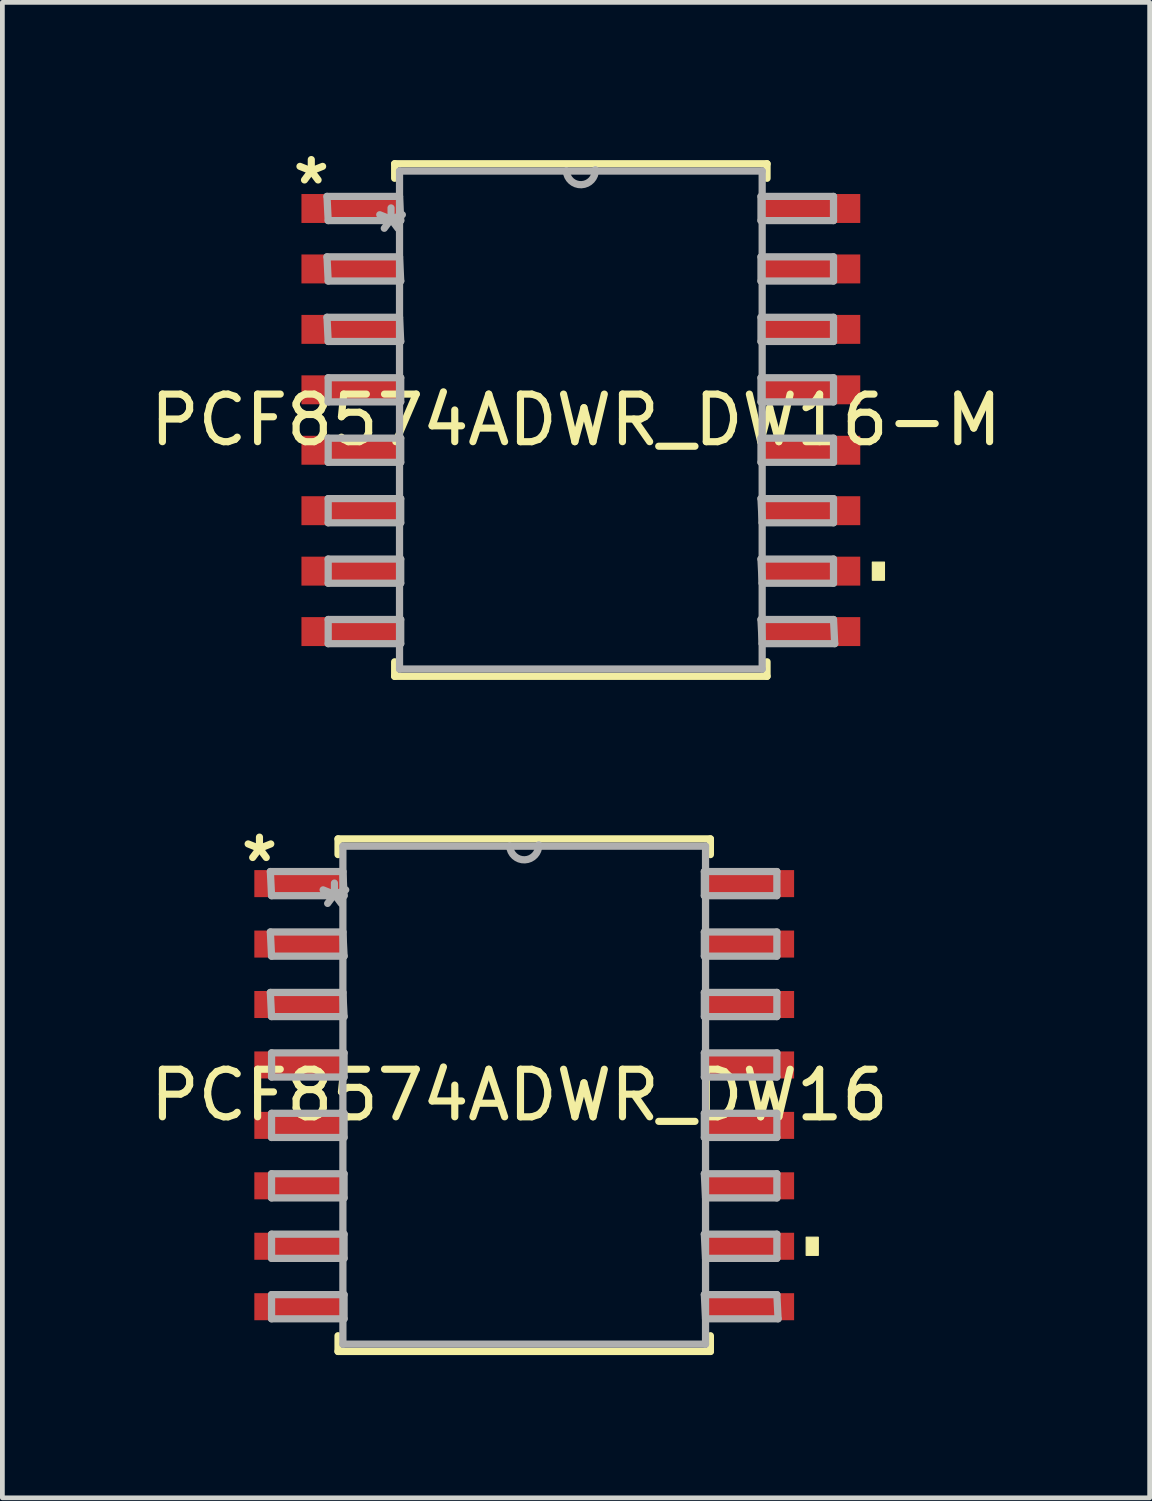
<source format=kicad_pcb>
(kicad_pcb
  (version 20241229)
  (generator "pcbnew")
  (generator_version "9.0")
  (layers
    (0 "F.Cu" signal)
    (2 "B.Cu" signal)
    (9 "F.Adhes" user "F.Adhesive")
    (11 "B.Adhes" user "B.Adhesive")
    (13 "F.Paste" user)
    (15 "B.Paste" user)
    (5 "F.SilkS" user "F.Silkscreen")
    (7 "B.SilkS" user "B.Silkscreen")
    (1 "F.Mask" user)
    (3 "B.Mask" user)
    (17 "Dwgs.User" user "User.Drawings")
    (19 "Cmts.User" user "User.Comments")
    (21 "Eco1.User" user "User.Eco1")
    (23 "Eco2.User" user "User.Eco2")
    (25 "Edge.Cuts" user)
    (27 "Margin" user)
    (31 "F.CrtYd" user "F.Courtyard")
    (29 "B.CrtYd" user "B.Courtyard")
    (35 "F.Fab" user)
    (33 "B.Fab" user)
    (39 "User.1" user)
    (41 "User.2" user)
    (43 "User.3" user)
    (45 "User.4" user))
  (footprint "PCF8574ADWR_DW16-M"
    (layer "F.Cu")
    (at 9.155 5.776)
    (property "Reference" "PCF8574ADWR_DW16-M" (at -0.102 0 0) (layer "F.SilkS") (effects (font (size 1 1) (thickness 0.15))))
    (attr through_hole)
    (fp_line (start -3.912 -5.385) (end -3.912 -5.08) (stroke (width 0.152) (type solid)) (layer "F.SilkS"))
    (fp_line (start -3.912 5.08) (end -3.912 5.385) (stroke (width 0.152) (type solid)) (layer "F.SilkS"))
    (fp_line (start -3.912 5.385) (end 3.912 5.385) (stroke (width 0.152) (type solid)) (layer "F.SilkS"))
    (fp_line (start 3.912 -5.385) (end -3.912 -5.385) (stroke (width 0.152) (type solid)) (layer "F.SilkS"))
    (fp_line (start 3.912 -5.08) (end 3.912 -5.385) (stroke (width 0.152) (type solid)) (layer "F.SilkS"))
    (fp_line (start 3.912 5.385) (end 3.912 5.08) (stroke (width 0.152) (type solid)) (layer "F.SilkS"))
    (fp_poly (pts (xy 6.379 2.985) (xy 6.379 3.365) (xy 6.125 3.365) (xy 6.125 2.985)) (stroke (width 0.025) (type solid)) (fill yes) (layer "F.SilkS"))
    (fp_line (start -5.334 -4.699) (end -5.309 -4.191) (stroke (width 0.152) (type solid)) (layer "F.Fab"))
    (fp_line (start -5.334 -3.429) (end -5.309 -2.921) (stroke (width 0.152) (type solid)) (layer "F.Fab"))
    (fp_line (start -5.334 -2.159) (end -5.309 -1.651) (stroke (width 0.152) (type solid)) (layer "F.Fab"))
    (fp_line (start -5.309 -4.191) (end -3.785 -4.191) (stroke (width 0.152) (type solid)) (layer "F.Fab"))
    (fp_line (start -5.309 -2.921) (end -3.785 -2.921) (stroke (width 0.152) (type solid)) (layer "F.Fab"))
    (fp_line (start -5.309 -1.651) (end -3.785 -1.651) (stroke (width 0.152) (type solid)) (layer "F.Fab"))
    (fp_line (start -5.309 -0.889) (end -5.309 -0.381) (stroke (width 0.152) (type solid)) (layer "F.Fab"))
    (fp_line (start -5.309 -0.381) (end -3.785 -0.381) (stroke (width 0.152) (type solid)) (layer "F.Fab"))
    (fp_line (start -5.309 0.381) (end -5.309 0.889) (stroke (width 0.152) (type solid)) (layer "F.Fab"))
    (fp_line (start -5.309 0.889) (end -3.785 0.889) (stroke (width 0.152) (type solid)) (layer "F.Fab"))
    (fp_line (start -5.309 1.651) (end -5.309 2.159) (stroke (width 0.152) (type solid)) (layer "F.Fab"))
    (fp_line (start -5.309 2.159) (end -3.785 2.159) (stroke (width 0.152) (type solid)) (layer "F.Fab"))
    (fp_line (start -5.309 2.921) (end -5.309 3.429) (stroke (width 0.152) (type solid)) (layer "F.Fab"))
    (fp_line (start -5.309 3.429) (end -3.785 3.429) (stroke (width 0.152) (type solid)) (layer "F.Fab"))
    (fp_line (start -5.309 4.191) (end -5.309 4.699) (stroke (width 0.152) (type solid)) (layer "F.Fab"))
    (fp_line (start -5.309 4.699) (end -3.785 4.699) (stroke (width 0.152) (type solid)) (layer "F.Fab"))
    (fp_line (start -3.81 -5.232) (end -3.81 5.232) (stroke (width 0.152) (type solid)) (layer "F.Fab"))
    (fp_line (start -3.81 -4.699) (end -5.334 -4.699) (stroke (width 0.152) (type solid)) (layer "F.Fab"))
    (fp_line (start -3.81 -3.429) (end -5.334 -3.429) (stroke (width 0.152) (type solid)) (layer "F.Fab"))
    (fp_line (start -3.81 -2.159) (end -5.334 -2.159) (stroke (width 0.152) (type solid)) (layer "F.Fab"))
    (fp_line (start -3.81 5.232) (end 3.81 5.232) (stroke (width 0.152) (type solid)) (layer "F.Fab"))
    (fp_line (start -3.785 -4.191) (end -3.81 -4.699) (stroke (width 0.152) (type solid)) (layer "F.Fab"))
    (fp_line (start -3.785 -2.921) (end -3.81 -3.429) (stroke (width 0.152) (type solid)) (layer "F.Fab"))
    (fp_line (start -3.785 -1.651) (end -3.81 -2.159) (stroke (width 0.152) (type solid)) (layer "F.Fab"))
    (fp_line (start -3.785 -0.889) (end -5.309 -0.889) (stroke (width 0.152) (type solid)) (layer "F.Fab"))
    (fp_line (start -3.785 -0.381) (end -3.785 -0.889) (stroke (width 0.152) (type solid)) (layer "F.Fab"))
    (fp_line (start -3.785 0.381) (end -5.309 0.381) (stroke (width 0.152) (type solid)) (layer "F.Fab"))
    (fp_line (start -3.785 0.889) (end -3.785 0.381) (stroke (width 0.152) (type solid)) (layer "F.Fab"))
    (fp_line (start -3.785 1.651) (end -5.309 1.651) (stroke (width 0.152) (type solid)) (layer "F.Fab"))
    (fp_line (start -3.785 2.159) (end -3.785 1.651) (stroke (width 0.152) (type solid)) (layer "F.Fab"))
    (fp_line (start -3.785 2.921) (end -5.309 2.921) (stroke (width 0.152) (type solid)) (layer "F.Fab"))
    (fp_line (start -3.785 3.429) (end -3.785 2.921) (stroke (width 0.152) (type solid)) (layer "F.Fab"))
    (fp_line (start -3.785 4.191) (end -5.309 4.191) (stroke (width 0.152) (type solid)) (layer "F.Fab"))
    (fp_line (start -3.785 4.699) (end -3.785 4.191) (stroke (width 0.152) (type solid)) (layer "F.Fab"))
    (fp_line (start -0.305 -5.232) (end -3.81 -5.232) (stroke (width 0.152) (type solid)) (layer "F.Fab"))
    (fp_line (start 3.785 -4.699) (end 3.785 -4.191) (stroke (width 0.152) (type solid)) (layer "F.Fab"))
    (fp_line (start 3.785 -4.191) (end 5.309 -4.191) (stroke (width 0.152) (type solid)) (layer "F.Fab"))
    (fp_line (start 3.785 -3.429) (end 3.785 -2.921) (stroke (width 0.152) (type solid)) (layer "F.Fab"))
    (fp_line (start 3.785 -2.921) (end 5.309 -2.921) (stroke (width 0.152) (type solid)) (layer "F.Fab"))
    (fp_line (start 3.785 -2.159) (end 3.785 -1.651) (stroke (width 0.152) (type solid)) (layer "F.Fab"))
    (fp_line (start 3.785 -1.651) (end 5.309 -1.651) (stroke (width 0.152) (type solid)) (layer "F.Fab"))
    (fp_line (start 3.785 -0.889) (end 3.785 -0.381) (stroke (width 0.152) (type solid)) (layer "F.Fab"))
    (fp_line (start 3.785 -0.381) (end 5.309 -0.381) (stroke (width 0.152) (type solid)) (layer "F.Fab"))
    (fp_line (start 3.785 0.381) (end 3.785 0.889) (stroke (width 0.152) (type solid)) (layer "F.Fab"))
    (fp_line (start 3.785 0.889) (end 5.309 0.889) (stroke (width 0.152) (type solid)) (layer "F.Fab"))
    (fp_line (start 3.785 1.651) (end 3.81 2.159) (stroke (width 0.152) (type solid)) (layer "F.Fab"))
    (fp_line (start 3.785 2.921) (end 3.81 3.429) (stroke (width 0.152) (type solid)) (layer "F.Fab"))
    (fp_line (start 3.785 4.191) (end 3.81 4.699) (stroke (width 0.152) (type solid)) (layer "F.Fab"))
    (fp_line (start 3.81 -5.232) (end -0.305 -5.232) (stroke (width 0.152) (type solid)) (layer "F.Fab"))
    (fp_line (start 3.81 2.159) (end 5.309 2.159) (stroke (width 0.152) (type solid)) (layer "F.Fab"))
    (fp_line (start 3.81 3.429) (end 5.309 3.429) (stroke (width 0.152) (type solid)) (layer "F.Fab"))
    (fp_line (start 3.81 4.699) (end 5.334 4.699) (stroke (width 0.152) (type solid)) (layer "F.Fab"))
    (fp_line (start 3.81 5.232) (end 3.81 -5.232) (stroke (width 0.152) (type solid)) (layer "F.Fab"))
    (fp_line (start 5.309 -4.699) (end 3.785 -4.699) (stroke (width 0.152) (type solid)) (layer "F.Fab"))
    (fp_line (start 5.309 -4.191) (end 5.309 -4.699) (stroke (width 0.152) (type solid)) (layer "F.Fab"))
    (fp_line (start 5.309 -3.429) (end 3.785 -3.429) (stroke (width 0.152) (type solid)) (layer "F.Fab"))
    (fp_line (start 5.309 -2.921) (end 5.309 -3.429) (stroke (width 0.152) (type solid)) (layer "F.Fab"))
    (fp_line (start 5.309 -2.159) (end 3.785 -2.159) (stroke (width 0.152) (type solid)) (layer "F.Fab"))
    (fp_line (start 5.309 -1.651) (end 5.309 -2.159) (stroke (width 0.152) (type solid)) (layer "F.Fab"))
    (fp_line (start 5.309 -0.889) (end 3.785 -0.889) (stroke (width 0.152) (type solid)) (layer "F.Fab"))
    (fp_line (start 5.309 -0.381) (end 5.309 -0.889) (stroke (width 0.152) (type solid)) (layer "F.Fab"))
    (fp_line (start 5.309 0.381) (end 3.785 0.381) (stroke (width 0.152) (type solid)) (layer "F.Fab"))
    (fp_line (start 5.309 0.889) (end 5.309 0.381) (stroke (width 0.152) (type solid)) (layer "F.Fab"))
    (fp_line (start 5.309 1.651) (end 3.785 1.651) (stroke (width 0.152) (type solid)) (layer "F.Fab"))
    (fp_line (start 5.309 2.159) (end 5.309 1.651) (stroke (width 0.152) (type solid)) (layer "F.Fab"))
    (fp_line (start 5.309 2.921) (end 3.785 2.921) (stroke (width 0.152) (type solid)) (layer "F.Fab"))
    (fp_line (start 5.309 3.429) (end 5.309 2.921) (stroke (width 0.152) (type solid)) (layer "F.Fab"))
    (fp_line (start 5.309 4.191) (end 3.785 4.191) (stroke (width 0.152) (type solid)) (layer "F.Fab"))
    (fp_line (start 5.334 4.699) (end 5.309 4.191) (stroke (width 0.152) (type solid)) (layer "F.Fab"))
    (fp_arc (start 0.3048 -5.2578) (mid 0.0127 -4.9403) (end -0.3048 -5.2324) (stroke (width 0.1524) (type solid)) (layer "F.Fab"))
    (fp_text user "*" (at -5.664 -4.928 0) (layer "F.SilkS") (effects (font (size 1 1) (thickness 0.15))))
    (fp_text user "*" (at -3.988 -3.912 0) (layer "F.Fab") (effects (font (size 1 1) (thickness 0.15))))
    (pad "1" smd rect (at -4.834 -4.445) (size 2.074 0.608) (layers "F.Cu" "F.Mask" "F.Paste"))
    (pad "2" smd rect (at -4.834 -3.175) (size 2.074 0.608) (layers "F.Cu" "F.Mask" "F.Paste"))
    (pad "3" smd rect (at -4.834 -1.905) (size 2.074 0.608) (layers "F.Cu" "F.Mask" "F.Paste"))
    (pad "4" smd rect (at -4.834 -0.635) (size 2.074 0.608) (layers "F.Cu" "F.Mask" "F.Paste"))
    (pad "5" smd rect (at -4.834 0.635) (size 2.074 0.608) (layers "F.Cu" "F.Mask" "F.Paste"))
    (pad "6" smd rect (at -4.834 1.905) (size 2.074 0.608) (layers "F.Cu" "F.Mask" "F.Paste"))
    (pad "7" smd rect (at -4.834 3.175) (size 2.074 0.608) (layers "F.Cu" "F.Mask" "F.Paste"))
    (pad "8" smd rect (at -4.834 4.445) (size 2.074 0.608) (layers "F.Cu" "F.Mask" "F.Paste"))
    (pad "9" smd rect (at 4.834 4.445) (size 2.074 0.608) (layers "F.Cu" "F.Mask" "F.Paste"))
    (pad "10" smd rect (at 4.834 3.175) (size 2.074 0.608) (layers "F.Cu" "F.Mask" "F.Paste"))
    (pad "11" smd rect (at 4.834 1.905) (size 2.074 0.608) (layers "F.Cu" "F.Mask" "F.Paste"))
    (pad "12" smd rect (at 4.834 0.635) (size 2.074 0.608) (layers "F.Cu" "F.Mask" "F.Paste"))
    (pad "13" smd rect (at 4.834 -0.635) (size 2.074 0.608) (layers "F.Cu" "F.Mask" "F.Paste"))
    (pad "14" smd rect (at 4.834 -1.905) (size 2.074 0.608) (layers "F.Cu" "F.Mask" "F.Paste"))
    (pad "15" smd rect (at 4.834 -3.175) (size 2.074 0.608) (layers "F.Cu" "F.Mask" "F.Paste"))
    (pad "16" smd rect (at 4.834 -4.445) (size 2.074 0.608) (layers "F.Cu" "F.Mask" "F.Paste")))
  (footprint "PCF8574ADWR_DW16"
    (layer "F.Cu")
    (at 7.965 19.962)
    (property "Reference" "PCF8574ADWR_DW16" (at -0.102 0 0) (layer "F.SilkS") (effects (font (size 1 1) (thickness 0.15))))
    (attr through_hole)
    (fp_line (start -3.912 -5.385) (end -3.912 -5.055) (stroke (width 0.152) (type solid)) (layer "F.SilkS"))
    (fp_line (start -3.912 5.055) (end -3.912 5.385) (stroke (width 0.152) (type solid)) (layer "F.SilkS"))
    (fp_line (start -3.912 5.385) (end 3.912 5.385) (stroke (width 0.152) (type solid)) (layer "F.SilkS"))
    (fp_line (start 3.912 -5.385) (end -3.912 -5.385) (stroke (width 0.152) (type solid)) (layer "F.SilkS"))
    (fp_line (start 3.912 -5.055) (end 3.912 -5.385) (stroke (width 0.152) (type solid)) (layer "F.SilkS"))
    (fp_line (start 3.912 5.385) (end 3.912 5.055) (stroke (width 0.152) (type solid)) (layer "F.SilkS"))
    (fp_poly (pts (xy 6.179 2.985) (xy 6.179 3.365) (xy 5.925 3.365) (xy 5.925 2.985)) (stroke (width 0.025) (type solid)) (fill yes) (layer "F.SilkS"))
    (fp_line (start -5.334 -4.699) (end -5.309 -4.191) (stroke (width 0.152) (type solid)) (layer "F.Fab"))
    (fp_line (start -5.334 -3.429) (end -5.309 -2.921) (stroke (width 0.152) (type solid)) (layer "F.Fab"))
    (fp_line (start -5.334 -2.159) (end -5.309 -1.651) (stroke (width 0.152) (type solid)) (layer "F.Fab"))
    (fp_line (start -5.309 -4.191) (end -3.785 -4.191) (stroke (width 0.152) (type solid)) (layer "F.Fab"))
    (fp_line (start -5.309 -2.921) (end -3.785 -2.921) (stroke (width 0.152) (type solid)) (layer "F.Fab"))
    (fp_line (start -5.309 -1.651) (end -3.785 -1.651) (stroke (width 0.152) (type solid)) (layer "F.Fab"))
    (fp_line (start -5.309 -0.889) (end -5.309 -0.381) (stroke (width 0.152) (type solid)) (layer "F.Fab"))
    (fp_line (start -5.309 -0.381) (end -3.785 -0.381) (stroke (width 0.152) (type solid)) (layer "F.Fab"))
    (fp_line (start -5.309 0.381) (end -5.309 0.889) (stroke (width 0.152) (type solid)) (layer "F.Fab"))
    (fp_line (start -5.309 0.889) (end -3.785 0.889) (stroke (width 0.152) (type solid)) (layer "F.Fab"))
    (fp_line (start -5.309 1.651) (end -5.309 2.159) (stroke (width 0.152) (type solid)) (layer "F.Fab"))
    (fp_line (start -5.309 2.159) (end -3.785 2.159) (stroke (width 0.152) (type solid)) (layer "F.Fab"))
    (fp_line (start -5.309 2.921) (end -5.309 3.429) (stroke (width 0.152) (type solid)) (layer "F.Fab"))
    (fp_line (start -5.309 3.429) (end -3.785 3.429) (stroke (width 0.152) (type solid)) (layer "F.Fab"))
    (fp_line (start -5.309 4.191) (end -5.309 4.699) (stroke (width 0.152) (type solid)) (layer "F.Fab"))
    (fp_line (start -5.309 4.699) (end -3.785 4.699) (stroke (width 0.152) (type solid)) (layer "F.Fab"))
    (fp_line (start -3.81 -5.232) (end -3.81 5.232) (stroke (width 0.152) (type solid)) (layer "F.Fab"))
    (fp_line (start -3.81 -4.699) (end -5.334 -4.699) (stroke (width 0.152) (type solid)) (layer "F.Fab"))
    (fp_line (start -3.81 -3.429) (end -5.334 -3.429) (stroke (width 0.152) (type solid)) (layer "F.Fab"))
    (fp_line (start -3.81 -2.159) (end -5.334 -2.159) (stroke (width 0.152) (type solid)) (layer "F.Fab"))
    (fp_line (start -3.81 5.232) (end 3.81 5.232) (stroke (width 0.152) (type solid)) (layer "F.Fab"))
    (fp_line (start -3.785 -4.191) (end -3.81 -4.699) (stroke (width 0.152) (type solid)) (layer "F.Fab"))
    (fp_line (start -3.785 -2.921) (end -3.81 -3.429) (stroke (width 0.152) (type solid)) (layer "F.Fab"))
    (fp_line (start -3.785 -1.651) (end -3.81 -2.159) (stroke (width 0.152) (type solid)) (layer "F.Fab"))
    (fp_line (start -3.785 -0.889) (end -5.309 -0.889) (stroke (width 0.152) (type solid)) (layer "F.Fab"))
    (fp_line (start -3.785 -0.381) (end -3.785 -0.889) (stroke (width 0.152) (type solid)) (layer "F.Fab"))
    (fp_line (start -3.785 0.381) (end -5.309 0.381) (stroke (width 0.152) (type solid)) (layer "F.Fab"))
    (fp_line (start -3.785 0.889) (end -3.785 0.381) (stroke (width 0.152) (type solid)) (layer "F.Fab"))
    (fp_line (start -3.785 1.651) (end -5.309 1.651) (stroke (width 0.152) (type solid)) (layer "F.Fab"))
    (fp_line (start -3.785 2.159) (end -3.785 1.651) (stroke (width 0.152) (type solid)) (layer "F.Fab"))
    (fp_line (start -3.785 2.921) (end -5.309 2.921) (stroke (width 0.152) (type solid)) (layer "F.Fab"))
    (fp_line (start -3.785 3.429) (end -3.785 2.921) (stroke (width 0.152) (type solid)) (layer "F.Fab"))
    (fp_line (start -3.785 4.191) (end -5.309 4.191) (stroke (width 0.152) (type solid)) (layer "F.Fab"))
    (fp_line (start -3.785 4.699) (end -3.785 4.191) (stroke (width 0.152) (type solid)) (layer "F.Fab"))
    (fp_line (start -0.305 -5.232) (end -3.81 -5.232) (stroke (width 0.152) (type solid)) (layer "F.Fab"))
    (fp_line (start 3.785 -4.699) (end 3.785 -4.191) (stroke (width 0.152) (type solid)) (layer "F.Fab"))
    (fp_line (start 3.785 -4.191) (end 5.309 -4.191) (stroke (width 0.152) (type solid)) (layer "F.Fab"))
    (fp_line (start 3.785 -3.429) (end 3.785 -2.921) (stroke (width 0.152) (type solid)) (layer "F.Fab"))
    (fp_line (start 3.785 -2.921) (end 5.309 -2.921) (stroke (width 0.152) (type solid)) (layer "F.Fab"))
    (fp_line (start 3.785 -2.159) (end 3.785 -1.651) (stroke (width 0.152) (type solid)) (layer "F.Fab"))
    (fp_line (start 3.785 -1.651) (end 5.309 -1.651) (stroke (width 0.152) (type solid)) (layer "F.Fab"))
    (fp_line (start 3.785 -0.889) (end 3.785 -0.381) (stroke (width 0.152) (type solid)) (layer "F.Fab"))
    (fp_line (start 3.785 -0.381) (end 5.309 -0.381) (stroke (width 0.152) (type solid)) (layer "F.Fab"))
    (fp_line (start 3.785 0.381) (end 3.785 0.889) (stroke (width 0.152) (type solid)) (layer "F.Fab"))
    (fp_line (start 3.785 0.889) (end 5.309 0.889) (stroke (width 0.152) (type solid)) (layer "F.Fab"))
    (fp_line (start 3.785 1.651) (end 3.81 2.159) (stroke (width 0.152) (type solid)) (layer "F.Fab"))
    (fp_line (start 3.785 2.921) (end 3.81 3.429) (stroke (width 0.152) (type solid)) (layer "F.Fab"))
    (fp_line (start 3.785 4.191) (end 3.81 4.699) (stroke (width 0.152) (type solid)) (layer "F.Fab"))
    (fp_line (start 3.81 -5.232) (end -0.305 -5.232) (stroke (width 0.152) (type solid)) (layer "F.Fab"))
    (fp_line (start 3.81 2.159) (end 5.309 2.159) (stroke (width 0.152) (type solid)) (layer "F.Fab"))
    (fp_line (start 3.81 3.429) (end 5.309 3.429) (stroke (width 0.152) (type solid)) (layer "F.Fab"))
    (fp_line (start 3.81 4.699) (end 5.334 4.699) (stroke (width 0.152) (type solid)) (layer "F.Fab"))
    (fp_line (start 3.81 5.232) (end 3.81 -5.232) (stroke (width 0.152) (type solid)) (layer "F.Fab"))
    (fp_line (start 5.309 -4.699) (end 3.785 -4.699) (stroke (width 0.152) (type solid)) (layer "F.Fab"))
    (fp_line (start 5.309 -4.191) (end 5.309 -4.699) (stroke (width 0.152) (type solid)) (layer "F.Fab"))
    (fp_line (start 5.309 -3.429) (end 3.785 -3.429) (stroke (width 0.152) (type solid)) (layer "F.Fab"))
    (fp_line (start 5.309 -2.921) (end 5.309 -3.429) (stroke (width 0.152) (type solid)) (layer "F.Fab"))
    (fp_line (start 5.309 -2.159) (end 3.785 -2.159) (stroke (width 0.152) (type solid)) (layer "F.Fab"))
    (fp_line (start 5.309 -1.651) (end 5.309 -2.159) (stroke (width 0.152) (type solid)) (layer "F.Fab"))
    (fp_line (start 5.309 -0.889) (end 3.785 -0.889) (stroke (width 0.152) (type solid)) (layer "F.Fab"))
    (fp_line (start 5.309 -0.381) (end 5.309 -0.889) (stroke (width 0.152) (type solid)) (layer "F.Fab"))
    (fp_line (start 5.309 0.381) (end 3.785 0.381) (stroke (width 0.152) (type solid)) (layer "F.Fab"))
    (fp_line (start 5.309 0.889) (end 5.309 0.381) (stroke (width 0.152) (type solid)) (layer "F.Fab"))
    (fp_line (start 5.309 1.651) (end 3.785 1.651) (stroke (width 0.152) (type solid)) (layer "F.Fab"))
    (fp_line (start 5.309 2.159) (end 5.309 1.651) (stroke (width 0.152) (type solid)) (layer "F.Fab"))
    (fp_line (start 5.309 2.921) (end 3.785 2.921) (stroke (width 0.152) (type solid)) (layer "F.Fab"))
    (fp_line (start 5.309 3.429) (end 5.309 2.921) (stroke (width 0.152) (type solid)) (layer "F.Fab"))
    (fp_line (start 5.309 4.191) (end 3.785 4.191) (stroke (width 0.152) (type solid)) (layer "F.Fab"))
    (fp_line (start 5.334 4.699) (end 5.309 4.191) (stroke (width 0.152) (type solid)) (layer "F.Fab"))
    (fp_arc (start 0.3048 -5.2578) (mid 0.0127 -4.9403) (end -0.3048 -5.2324) (stroke (width 0.1524) (type solid)) (layer "F.Fab"))
    (fp_text user "*" (at -5.563 -4.877 0) (layer "F.SilkS") (effects (font (size 1 1) (thickness 0.15))))
    (fp_text user "*" (at -3.988 -3.912 0) (layer "F.Fab") (effects (font (size 1 1) (thickness 0.15))))
    (pad "1" smd rect (at -4.734 -4.445) (size 1.874 0.568) (layers "F.Cu" "F.Mask" "F.Paste"))
    (pad "2" smd rect (at -4.734 -3.175) (size 1.874 0.568) (layers "F.Cu" "F.Mask" "F.Paste"))
    (pad "3" smd rect (at -4.734 -1.905) (size 1.874 0.568) (layers "F.Cu" "F.Mask" "F.Paste"))
    (pad "4" smd rect (at -4.734 -0.635) (size 1.874 0.568) (layers "F.Cu" "F.Mask" "F.Paste"))
    (pad "5" smd rect (at -4.734 0.635) (size 1.874 0.568) (layers "F.Cu" "F.Mask" "F.Paste"))
    (pad "6" smd rect (at -4.734 1.905) (size 1.874 0.568) (layers "F.Cu" "F.Mask" "F.Paste"))
    (pad "7" smd rect (at -4.734 3.175) (size 1.874 0.568) (layers "F.Cu" "F.Mask" "F.Paste"))
    (pad "8" smd rect (at -4.734 4.445) (size 1.874 0.568) (layers "F.Cu" "F.Mask" "F.Paste"))
    (pad "9" smd rect (at 4.734 4.445) (size 1.874 0.568) (layers "F.Cu" "F.Mask" "F.Paste"))
    (pad "10" smd rect (at 4.734 3.175) (size 1.874 0.568) (layers "F.Cu" "F.Mask" "F.Paste"))
    (pad "11" smd rect (at 4.734 1.905) (size 1.874 0.568) (layers "F.Cu" "F.Mask" "F.Paste"))
    (pad "12" smd rect (at 4.734 0.635) (size 1.874 0.568) (layers "F.Cu" "F.Mask" "F.Paste"))
    (pad "13" smd rect (at 4.734 -0.635) (size 1.874 0.568) (layers "F.Cu" "F.Mask" "F.Paste"))
    (pad "14" smd rect (at 4.734 -1.905) (size 1.874 0.568) (layers "F.Cu" "F.Mask" "F.Paste"))
    (pad "15" smd rect (at 4.734 -3.175) (size 1.874 0.568) (layers "F.Cu" "F.Mask" "F.Paste"))
    (pad "16" smd rect (at 4.734 -4.445) (size 1.874 0.568) (layers "F.Cu" "F.Mask" "F.Paste")))
  (gr_rect
    (start -3 -3)
    (end 21.107 28.423)
    (stroke (width 0.1) (type default))
    (fill no)
    (layer "Edge.Cuts")))
</source>
